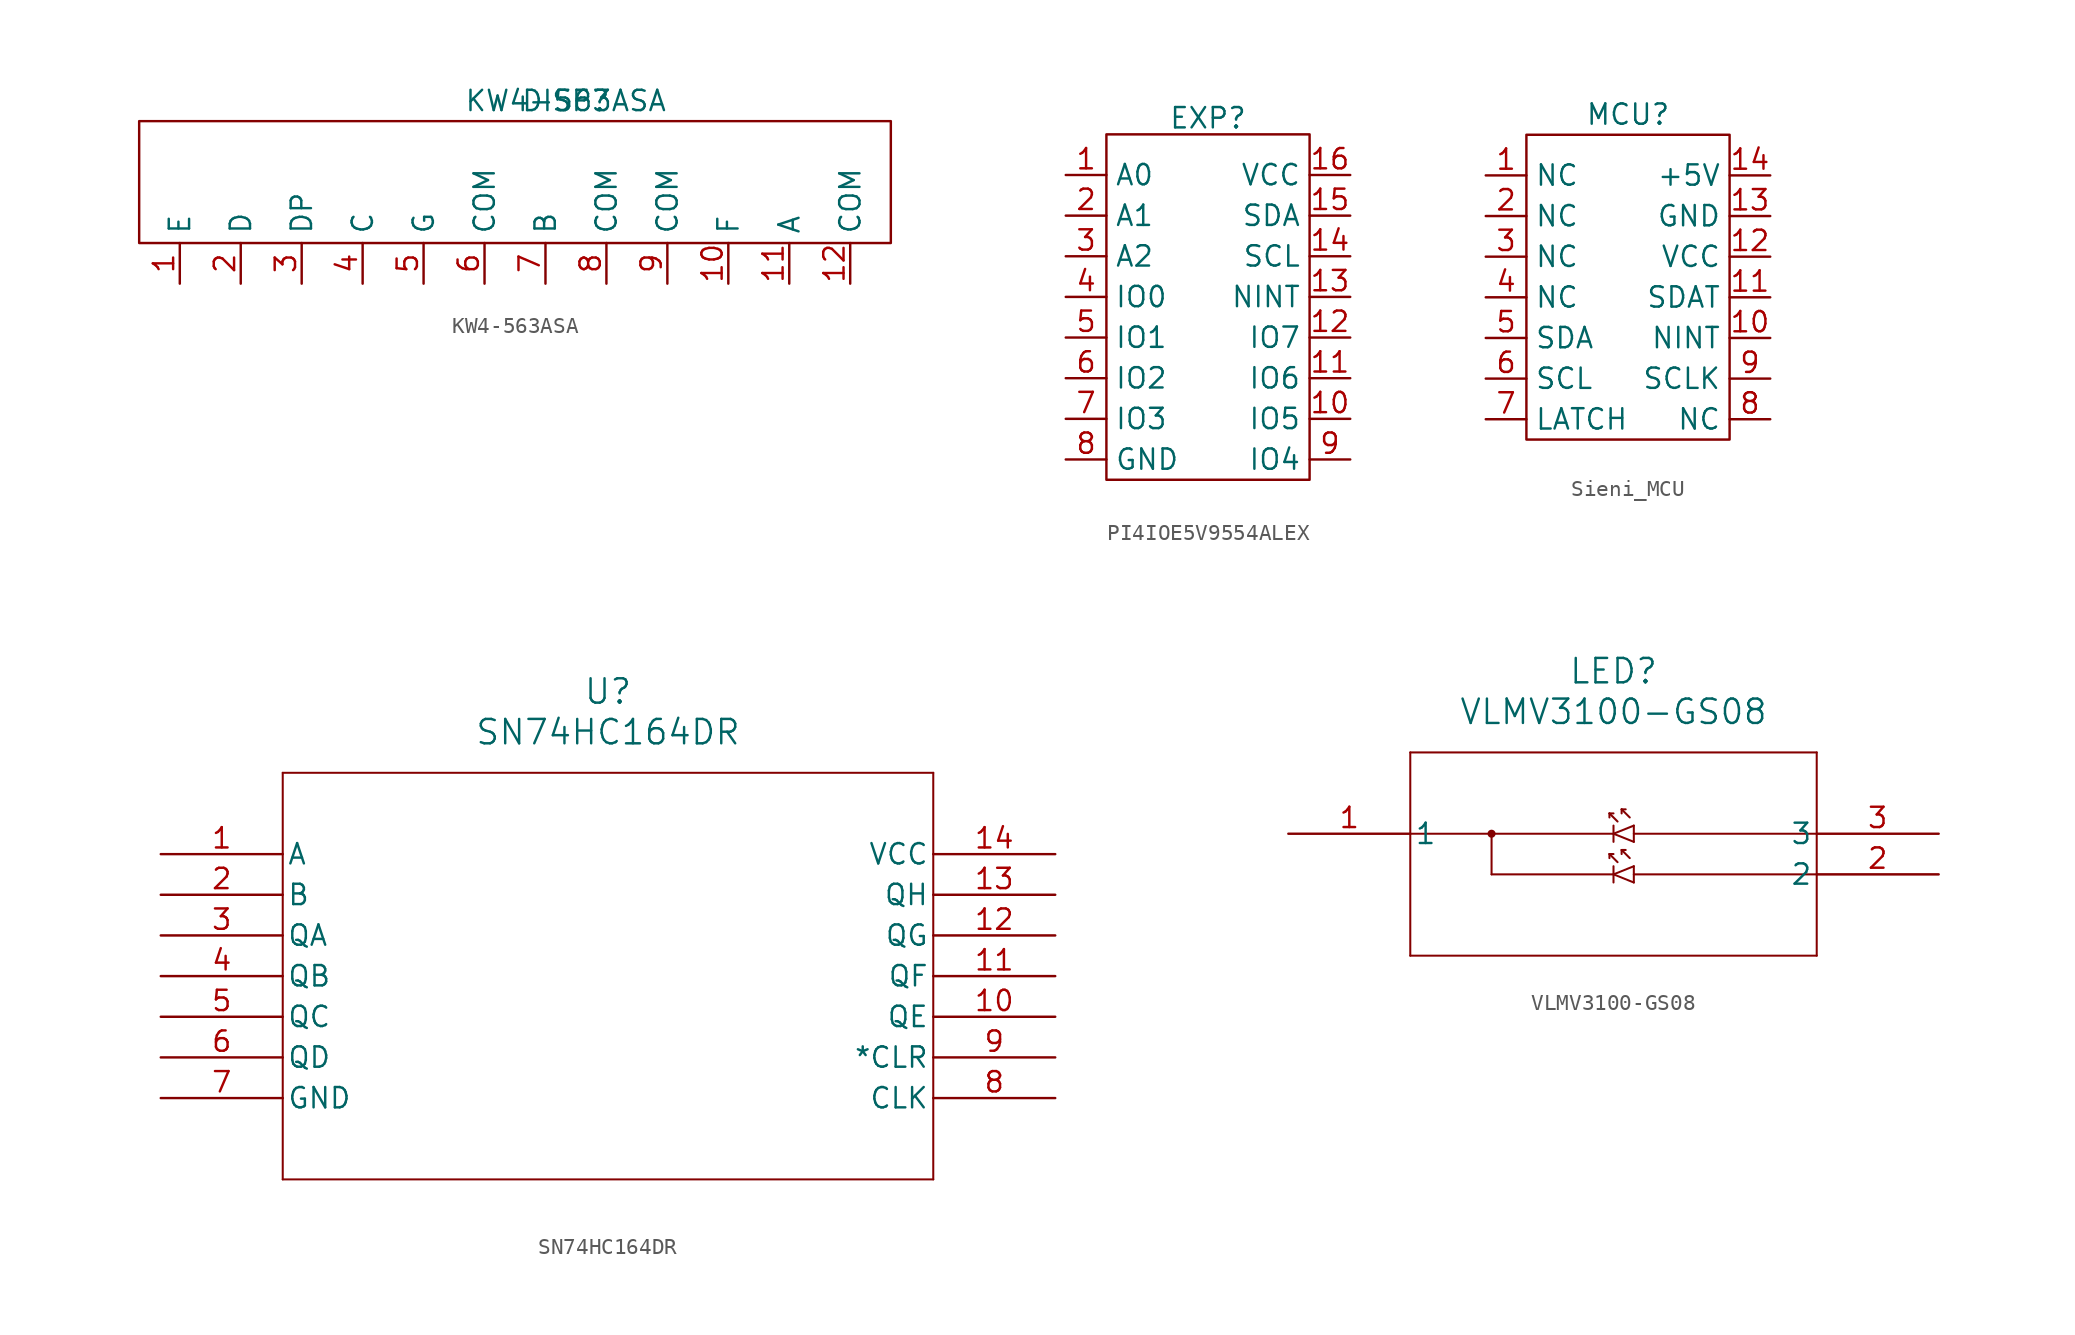
<source format=kicad_sym>
(kicad_symbol_lib
  (version 20231120)
  (generator "kicad_symbol_editor")
  (generator_version "8.0")
  (symbol "KW4-563ASA"
    (property "Reference" "DISP"
      (at 0 0 0)
      (effects (font (size 1.27 1.27))))
    (property "Value" "KW4-563ASA"
      (at 0 0 0)
      (effects (font (size 1.27 1.27))))
    (symbol "KW4-563ASA_0_1"
      (rectangle (start -26.67 -1.27) (end 20.32 -8.89) (stroke (width 0) (type default)) (fill (type none))))
    (symbol "KW4-563ASA_1_1"
      (pin output line (at -24.13 -11.43 90) (length 2.54) (name "E" (effects (font (size 1.27 1.27)))) (number "1" (effects (font (size 1.27 1.27)))))
      (pin output line (at 10.16 -11.43 90) (length 2.54) (name "F" (effects (font (size 1.27 1.27)))) (number "10" (effects (font (size 1.27 1.27)))))
      (pin output line (at 13.97 -11.43 90) (length 2.54) (name "A" (effects (font (size 1.27 1.27)))) (number "11" (effects (font (size 1.27 1.27)))))
      (pin input line (at 17.78 -11.43 90) (length 2.54) (name "COM" (effects (font (size 1.27 1.27)))) (number "12" (effects (font (size 1.27 1.27)))))
      (pin output line (at -20.32 -11.43 90) (length 2.54) (name "D" (effects (font (size 1.27 1.27)))) (number "2" (effects (font (size 1.27 1.27)))))
      (pin output line (at -16.51 -11.43 90) (length 2.54) (name "DP" (effects (font (size 1.27 1.27)))) (number "3" (effects (font (size 1.27 1.27)))))
      (pin output line (at -12.7 -11.43 90) (length 2.54) (name "C" (effects (font (size 1.27 1.27)))) (number "4" (effects (font (size 1.27 1.27)))))
      (pin output line (at -8.89 -11.43 90) (length 2.54) (name "G" (effects (font (size 1.27 1.27)))) (number "5" (effects (font (size 1.27 1.27)))))
      (pin input line (at -5.08 -11.43 90) (length 2.54) (name "COM" (effects (font (size 1.27 1.27)))) (number "6" (effects (font (size 1.27 1.27)))))
      (pin output line (at -1.27 -11.43 90) (length 2.54) (name "B" (effects (font (size 1.27 1.27)))) (number "7" (effects (font (size 1.27 1.27)))))
      (pin input line (at 2.54 -11.43 90) (length 2.54) (name "COM" (effects (font (size 1.27 1.27)))) (number "8" (effects (font (size 1.27 1.27)))))
      (pin input line (at 6.35 -11.43 90) (length 2.54) (name "COM" (effects (font (size 1.27 1.27)))) (number "9" (effects (font (size 1.27 1.27)))))))
  (symbol "PI4IOE5V9554ALEX"
    (property "Reference" "EXP"
      (at 3.81 -0.254 0)
      (effects (font (size 1.27 1.27))))
    (property "Value" ""
      (at 0 0 0)
      (effects (font (size 1.27 1.27))))
    (symbol "PI4IOE5V9554ALEX_0_1"
      (rectangle (start -2.54 -1.27) (end 10.16 -22.86) (stroke (width 0) (type default)) (fill (type none))))
    (symbol "PI4IOE5V9554ALEX_1_1"
      (pin passive line (at -5.08 -3.81 0) (length 2.54) (name "A0" (effects (font (size 1.27 1.27)))) (number "1" (effects (font (size 1.27 1.27)))))
      (pin bidirectional line (at 12.7 -19.05 180) (length 2.54) (name "IO5" (effects (font (size 1.27 1.27)))) (number "10" (effects (font (size 1.27 1.27)))))
      (pin bidirectional line (at 12.7 -16.51 180) (length 2.54) (name "IO6" (effects (font (size 1.27 1.27)))) (number "11" (effects (font (size 1.27 1.27)))))
      (pin bidirectional line (at 12.7 -13.97 180) (length 2.54) (name "IO7" (effects (font (size 1.27 1.27)))) (number "12" (effects (font (size 1.27 1.27)))))
      (pin output line (at 12.7 -11.43 180) (length 2.54) (name "NINT" (effects (font (size 1.27 1.27)))) (number "13" (effects (font (size 1.27 1.27)))))
      (pin input line (at 12.7 -8.89 180) (length 2.54) (name "SCL" (effects (font (size 1.27 1.27)))) (number "14" (effects (font (size 1.27 1.27)))))
      (pin bidirectional line (at 12.7 -6.35 180) (length 2.54) (name "SDA" (effects (font (size 1.27 1.27)))) (number "15" (effects (font (size 1.27 1.27)))))
      (pin power_in line (at 12.7 -3.81 180) (length 2.54) (name "VCC" (effects (font (size 1.27 1.27)))) (number "16" (effects (font (size 1.27 1.27)))))
      (pin passive line (at -5.08 -6.35 0) (length 2.54) (name "A1" (effects (font (size 1.27 1.27)))) (number "2" (effects (font (size 1.27 1.27)))))
      (pin passive line (at -5.08 -8.89 0) (length 2.54) (name "A2" (effects (font (size 1.27 1.27)))) (number "3" (effects (font (size 1.27 1.27)))))
      (pin bidirectional line (at -5.08 -11.43 0) (length 2.54) (name "IO0" (effects (font (size 1.27 1.27)))) (number "4" (effects (font (size 1.27 1.27)))))
      (pin bidirectional line (at -5.08 -13.97 0) (length 2.54) (name "IO1" (effects (font (size 1.27 1.27)))) (number "5" (effects (font (size 1.27 1.27)))))
      (pin bidirectional line (at -5.08 -16.51 0) (length 2.54) (name "IO2" (effects (font (size 1.27 1.27)))) (number "6" (effects (font (size 1.27 1.27)))))
      (pin bidirectional line (at -5.08 -19.05 0) (length 2.54) (name "IO3" (effects (font (size 1.27 1.27)))) (number "7" (effects (font (size 1.27 1.27)))))
      (pin passive line (at -5.08 -21.59 0) (length 2.54) (name "GND" (effects (font (size 1.27 1.27)))) (number "8" (effects (font (size 1.27 1.27)))))
      (pin bidirectional line (at 12.7 -21.59 180) (length 2.54) (name "IO4" (effects (font (size 1.27 1.27)))) (number "9" (effects (font (size 1.27 1.27)))))))
  (symbol "Sieni_MCU"
    (property "Reference" "MCU"
      (at 0 0 0)
      (effects (font (size 1.27 1.27))))
    (property "Value" ""
      (at 0 0 0)
      (effects (font (size 1.27 1.27))))
    (symbol "Sieni_MCU_0_1"
      (rectangle (start -6.35 -1.27) (end 6.35 -20.32) (stroke (width 0) (type default)) (fill (type none))))
    (symbol "Sieni_MCU_1_1"
      (pin bidirectional line (at -8.89 -3.81 0) (length 2.54) (name "NC" (effects (font (size 1.27 1.27)))) (number "1" (effects (font (size 1.27 1.27)))))
      (pin bidirectional line (at 8.89 -13.97 180) (length 2.54) (name "NINT" (effects (font (size 1.27 1.27)))) (number "10" (effects (font (size 1.27 1.27)))))
      (pin bidirectional line (at 8.89 -11.43 180) (length 2.54) (name "SDAT" (effects (font (size 1.27 1.27)))) (number "11" (effects (font (size 1.27 1.27)))))
      (pin power_in line (at 8.89 -8.89 180) (length 2.54) (name "VCC" (effects (font (size 1.27 1.27)))) (number "12" (effects (font (size 1.27 1.27)))))
      (pin power_in line (at 8.89 -6.35 180) (length 2.54) (name "GND" (effects (font (size 1.27 1.27)))) (number "13" (effects (font (size 1.27 1.27)))))
      (pin power_in line (at 8.89 -3.81 180) (length 2.54) (name "+5V" (effects (font (size 1.27 1.27)))) (number "14" (effects (font (size 1.27 1.27)))))
      (pin bidirectional line (at -8.89 -6.35 0) (length 2.54) (name "NC" (effects (font (size 1.27 1.27)))) (number "2" (effects (font (size 1.27 1.27)))))
      (pin bidirectional line (at -8.89 -8.89 0) (length 2.54) (name "NC" (effects (font (size 1.27 1.27)))) (number "3" (effects (font (size 1.27 1.27)))))
      (pin bidirectional line (at -8.89 -11.43 0) (length 2.54) (name "NC" (effects (font (size 1.27 1.27)))) (number "4" (effects (font (size 1.27 1.27)))))
      (pin bidirectional line (at -8.89 -13.97 0) (length 2.54) (name "SDA" (effects (font (size 1.27 1.27)))) (number "5" (effects (font (size 1.27 1.27)))))
      (pin bidirectional line (at -8.89 -16.51 0) (length 2.54) (name "SCL" (effects (font (size 1.27 1.27)))) (number "6" (effects (font (size 1.27 1.27)))))
      (pin bidirectional line (at -8.89 -19.05 0) (length 2.54) (name "LATCH" (effects (font (size 1.27 1.27)))) (number "7" (effects (font (size 1.27 1.27)))))
      (pin bidirectional line (at 8.89 -19.05 180) (length 2.54) (name "NC" (effects (font (size 1.27 1.27)))) (number "8" (effects (font (size 1.27 1.27)))))
      (pin bidirectional line (at 8.89 -16.51 180) (length 2.54) (name "SCLK" (effects (font (size 1.27 1.27)))) (number "9" (effects (font (size 1.27 1.27)))))))
  (symbol "SN74HC164DR"
    (pin_names
      (offset 0.254))
    (property "Reference" "U"
      (at 27.94 10.16 0)
      (effects (font (size 1.524 1.524))))
    (property "Value" "SN74HC164DR"
      (at 27.94 7.62 0)
      (effects (font (size 1.524 1.524))))
    (property "ki_locked" ""
      (at 0 0 0)
      (effects (font (size 1.27 1.27))))
    (symbol "SN74HC164DR_1_1"
      (polyline (pts (xy 7.62 -20.32) (xy 48.26 -20.32)) (stroke (width 0.127) (type default)) (fill (type none)))
      (polyline (pts (xy 7.62 5.08) (xy 7.62 -20.32)) (stroke (width 0.127) (type default)) (fill (type none)))
      (polyline (pts (xy 48.26 -20.32) (xy 48.26 5.08)) (stroke (width 0.127) (type default)) (fill (type none)))
      (polyline (pts (xy 48.26 5.08) (xy 7.62 5.08)) (stroke (width 0.127) (type default)) (fill (type none)))
      (pin input line (at 0 0 0) (length 7.62) (name "A" (effects (font (size 1.27 1.27)))) (number "1" (effects (font (size 1.27 1.27)))))
      (pin output line (at 55.88 -10.16 180) (length 7.62) (name "QE" (effects (font (size 1.27 1.27)))) (number "10" (effects (font (size 1.27 1.27)))))
      (pin output line (at 55.88 -7.62 180) (length 7.62) (name "QF" (effects (font (size 1.27 1.27)))) (number "11" (effects (font (size 1.27 1.27)))))
      (pin output line (at 55.88 -5.08 180) (length 7.62) (name "QG" (effects (font (size 1.27 1.27)))) (number "12" (effects (font (size 1.27 1.27)))))
      (pin output line (at 55.88 -2.54 180) (length 7.62) (name "QH" (effects (font (size 1.27 1.27)))) (number "13" (effects (font (size 1.27 1.27)))))
      (pin power_in line (at 55.88 0 180) (length 7.62) (name "VCC" (effects (font (size 1.27 1.27)))) (number "14" (effects (font (size 1.27 1.27)))))
      (pin input line (at 0 -2.54 0) (length 7.62) (name "B" (effects (font (size 1.27 1.27)))) (number "2" (effects (font (size 1.27 1.27)))))
      (pin output line (at 0 -5.08 0) (length 7.62) (name "QA" (effects (font (size 1.27 1.27)))) (number "3" (effects (font (size 1.27 1.27)))))
      (pin output line (at 0 -7.62 0) (length 7.62) (name "QB" (effects (font (size 1.27 1.27)))) (number "4" (effects (font (size 1.27 1.27)))))
      (pin output line (at 0 -10.16 0) (length 7.62) (name "QC" (effects (font (size 1.27 1.27)))) (number "5" (effects (font (size 1.27 1.27)))))
      (pin output line (at 0 -12.7 0) (length 7.62) (name "QD" (effects (font (size 1.27 1.27)))) (number "6" (effects (font (size 1.27 1.27)))))
      (pin power_in line (at 0 -15.24 0) (length 7.62) (name "GND" (effects (font (size 1.27 1.27)))) (number "7" (effects (font (size 1.27 1.27)))))
      (pin input line (at 55.88 -15.24 180) (length 7.62) (name "CLK" (effects (font (size 1.27 1.27)))) (number "8" (effects (font (size 1.27 1.27)))))
      (pin input line (at 55.88 -12.7 180) (length 7.62) (name "*CLR" (effects (font (size 1.27 1.27)))) (number "9" (effects (font (size 1.27 1.27)))))))
  (symbol "VLMV3100-GS08"
    (pin_names
      (offset 0.254))
    (property "Reference" "LED"
      (at 20.32 10.16 0)
      (effects (font (size 1.524 1.524))))
    (property "Value" "VLMV3100-GS08"
      (at 20.32 7.62 0)
      (effects (font (size 1.524 1.524))))
    (property "ki_locked" ""
      (at 0 0 0)
      (effects (font (size 1.27 1.27))))
    (symbol "VLMV3100-GS08_1_1"
      (polyline (pts (xy 7.62 -7.62) (xy 33.02 -7.62)) (stroke (width 0.127) (type default)) (fill (type none)))
      (polyline (pts (xy 7.62 0) (xy 20.32 0)) (stroke (width 0.127) (type default)) (fill (type none)))
      (polyline (pts (xy 7.62 5.08) (xy 7.62 -7.62)) (stroke (width 0.127) (type default)) (fill (type none)))
      (polyline (pts (xy 12.7 -2.54) (xy 20.32 -2.54)) (stroke (width 0.127) (type default)) (fill (type none)))
      (polyline (pts (xy 12.7 0) (xy 12.7 -2.54)) (stroke (width 0.127) (type default)) (fill (type none)))
      (polyline (pts (xy 20.066 -1.27) (xy 20.066 -1.524)) (stroke (width 0.127) (type default)) (fill (type none)))
      (polyline (pts (xy 20.066 -1.27) (xy 20.32 -1.27)) (stroke (width 0.127) (type default)) (fill (type none)))
      (polyline (pts (xy 20.066 1.27) (xy 20.066 1.016)) (stroke (width 0.127) (type default)) (fill (type none)))
      (polyline (pts (xy 20.066 1.27) (xy 20.32 1.27)) (stroke (width 0.127) (type default)) (fill (type none)))
      (polyline (pts (xy 20.32 -2.54) (xy 21.59 -3.048)) (stroke (width 0.127) (type default)) (fill (type none)))
      (polyline (pts (xy 20.32 -2.032) (xy 20.32 -3.048)) (stroke (width 0.127) (type default)) (fill (type none)))
      (polyline (pts (xy 20.32 0) (xy 21.59 -0.508)) (stroke (width 0.127) (type default)) (fill (type none)))
      (polyline (pts (xy 20.32 0.508) (xy 20.32 -0.508)) (stroke (width 0.127) (type default)) (fill (type none)))
      (polyline (pts (xy 20.574 -1.778) (xy 20.066 -1.27)) (stroke (width 0.127) (type default)) (fill (type none)))
      (polyline (pts (xy 20.574 0.762) (xy 20.066 1.27)) (stroke (width 0.127) (type default)) (fill (type none)))
      (polyline (pts (xy 20.828 -1.016) (xy 20.828 -1.27)) (stroke (width 0.127) (type default)) (fill (type none)))
      (polyline (pts (xy 20.828 -1.016) (xy 21.082 -1.016)) (stroke (width 0.127) (type default)) (fill (type none)))
      (polyline (pts (xy 20.828 1.524) (xy 20.828 1.27)) (stroke (width 0.127) (type default)) (fill (type none)))
      (polyline (pts (xy 20.828 1.524) (xy 21.082 1.524)) (stroke (width 0.127) (type default)) (fill (type none)))
      (polyline (pts (xy 21.336 -1.524) (xy 20.828 -1.016)) (stroke (width 0.127) (type default)) (fill (type none)))
      (polyline (pts (xy 21.336 1.016) (xy 20.828 1.524)) (stroke (width 0.127) (type default)) (fill (type none)))
      (polyline (pts (xy 21.59 -3.048) (xy 21.59 -2.032)) (stroke (width 0.127) (type default)) (fill (type none)))
      (polyline (pts (xy 21.59 -2.54) (xy 33.02 -2.54)) (stroke (width 0.127) (type default)) (fill (type none)))
      (polyline (pts (xy 21.59 -2.032) (xy 20.32 -2.54)) (stroke (width 0.127) (type default)) (fill (type none)))
      (polyline (pts (xy 21.59 -0.508) (xy 21.59 0.508)) (stroke (width 0.127) (type default)) (fill (type none)))
      (polyline (pts (xy 21.59 0) (xy 33.02 0)) (stroke (width 0.127) (type default)) (fill (type none)))
      (polyline (pts (xy 21.59 0.508) (xy 20.32 0)) (stroke (width 0.127) (type default)) (fill (type none)))
      (polyline (pts (xy 33.02 -7.62) (xy 33.02 5.08)) (stroke (width 0.127) (type default)) (fill (type none)))
      (polyline (pts (xy 33.02 5.08) (xy 7.62 5.08)) (stroke (width 0.127) (type default)) (fill (type none)))
      (circle (center 12.7 0) (radius 0.127) (stroke (width 0.254) (type default)) (fill (type none)))
      (pin unspecified line (at 0 0 0) (length 7.62) (name "1" (effects (font (size 1.27 1.27)))) (number "1" (effects (font (size 1.27 1.27)))))
      (pin unspecified line (at 40.64 -2.54 180) (length 7.62) (name "2" (effects (font (size 1.27 1.27)))) (number "2" (effects (font (size 1.27 1.27)))))
      (pin unspecified line (at 40.64 0 180) (length 7.62) (name "3" (effects (font (size 1.27 1.27)))) (number "3" (effects (font (size 1.27 1.27))))))))
</source>
